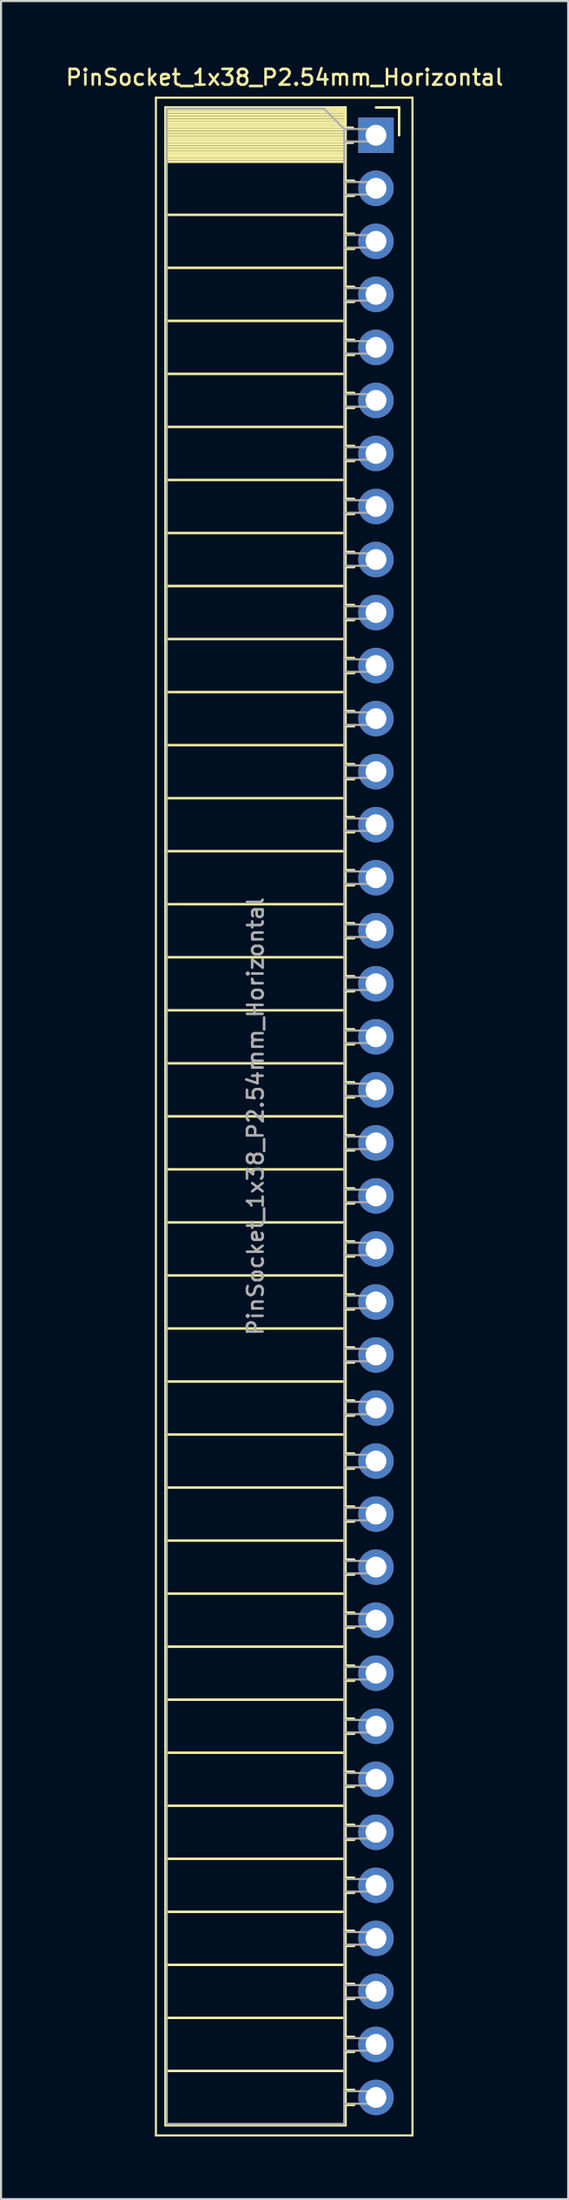
<source format=kicad_pcb>
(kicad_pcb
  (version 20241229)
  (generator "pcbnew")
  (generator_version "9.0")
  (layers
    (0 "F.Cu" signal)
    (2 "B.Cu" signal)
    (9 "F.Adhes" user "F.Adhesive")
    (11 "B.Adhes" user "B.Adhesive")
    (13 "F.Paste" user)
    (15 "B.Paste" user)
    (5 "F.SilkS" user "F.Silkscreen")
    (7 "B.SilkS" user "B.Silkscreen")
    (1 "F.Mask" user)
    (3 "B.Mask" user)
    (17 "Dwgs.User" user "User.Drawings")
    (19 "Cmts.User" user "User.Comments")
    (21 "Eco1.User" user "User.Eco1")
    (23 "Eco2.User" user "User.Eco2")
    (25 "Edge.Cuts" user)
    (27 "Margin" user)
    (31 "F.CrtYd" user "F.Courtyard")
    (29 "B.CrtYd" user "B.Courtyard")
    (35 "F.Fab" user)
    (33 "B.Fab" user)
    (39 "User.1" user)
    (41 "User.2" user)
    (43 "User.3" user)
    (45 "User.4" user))
  (footprint "PinSocket_1x38_P2.54mm_Horizontal"
    (layer "F.Cu")
    (at 14.975 3.428)
    (property "Reference" "PinSocket_1x38_P2.54mm_Horizontal" (at -4.38 -2.77 0) (layer "F.SilkS") (effects (font (size 0.75 0.75) (thickness 0.125))))
    (attr through_hole)
    (fp_line (start -10.55 -1.8) (end -10.55 95.8) (stroke (width 0.1) (type solid)) (layer "F.SilkS"))
    (fp_line (start -10.55 95.8) (end 1.75 95.8) (stroke (width 0.1) (type solid)) (layer "F.SilkS"))
    (fp_line (start -10.09 -1.33) (end -10.09 95.31) (stroke (width 0.12) (type solid)) (layer "F.SilkS"))
    (fp_line (start -10.09 -1.33) (end -1.46 -1.33) (stroke (width 0.12) (type solid)) (layer "F.SilkS"))
    (fp_line (start -10.09 -1.21) (end -1.46 -1.21) (stroke (width 0.12) (type solid)) (layer "F.SilkS"))
    (fp_line (start -10.09 -1.092) (end -1.46 -1.092) (stroke (width 0.12) (type solid)) (layer "F.SilkS"))
    (fp_line (start -10.09 -0.974) (end -1.46 -0.974) (stroke (width 0.12) (type solid)) (layer "F.SilkS"))
    (fp_line (start -10.09 -0.856) (end -1.46 -0.856) (stroke (width 0.12) (type solid)) (layer "F.SilkS"))
    (fp_line (start -10.09 -0.738) (end -1.46 -0.738) (stroke (width 0.12) (type solid)) (layer "F.SilkS"))
    (fp_line (start -10.09 -0.62) (end -1.46 -0.62) (stroke (width 0.12) (type solid)) (layer "F.SilkS"))
    (fp_line (start -10.09 -0.501) (end -1.46 -0.501) (stroke (width 0.12) (type solid)) (layer "F.SilkS"))
    (fp_line (start -10.09 -0.383) (end -1.46 -0.383) (stroke (width 0.12) (type solid)) (layer "F.SilkS"))
    (fp_line (start -10.09 -0.265) (end -1.46 -0.265) (stroke (width 0.12) (type solid)) (layer "F.SilkS"))
    (fp_line (start -10.09 -0.147) (end -1.46 -0.147) (stroke (width 0.12) (type solid)) (layer "F.SilkS"))
    (fp_line (start -10.09 -0.029) (end -1.46 -0.029) (stroke (width 0.12) (type solid)) (layer "F.SilkS"))
    (fp_line (start -10.09 0.089) (end -1.46 0.089) (stroke (width 0.12) (type solid)) (layer "F.SilkS"))
    (fp_line (start -10.09 0.207) (end -1.46 0.207) (stroke (width 0.12) (type solid)) (layer "F.SilkS"))
    (fp_line (start -10.09 0.325) (end -1.46 0.325) (stroke (width 0.12) (type solid)) (layer "F.SilkS"))
    (fp_line (start -10.09 0.443) (end -1.46 0.443) (stroke (width 0.12) (type solid)) (layer "F.SilkS"))
    (fp_line (start -10.09 0.561) (end -1.46 0.561) (stroke (width 0.12) (type solid)) (layer "F.SilkS"))
    (fp_line (start -10.09 0.68) (end -1.46 0.68) (stroke (width 0.12) (type solid)) (layer "F.SilkS"))
    (fp_line (start -10.09 0.798) (end -1.46 0.798) (stroke (width 0.12) (type solid)) (layer "F.SilkS"))
    (fp_line (start -10.09 0.916) (end -1.46 0.916) (stroke (width 0.12) (type solid)) (layer "F.SilkS"))
    (fp_line (start -10.09 1.034) (end -1.46 1.034) (stroke (width 0.12) (type solid)) (layer "F.SilkS"))
    (fp_line (start -10.09 1.152) (end -1.46 1.152) (stroke (width 0.12) (type solid)) (layer "F.SilkS"))
    (fp_line (start -10.09 1.27) (end -1.46 1.27) (stroke (width 0.12) (type solid)) (layer "F.SilkS"))
    (fp_line (start -10.09 3.81) (end -1.46 3.81) (stroke (width 0.12) (type solid)) (layer "F.SilkS"))
    (fp_line (start -10.09 6.35) (end -1.46 6.35) (stroke (width 0.12) (type solid)) (layer "F.SilkS"))
    (fp_line (start -10.09 8.89) (end -1.46 8.89) (stroke (width 0.12) (type solid)) (layer "F.SilkS"))
    (fp_line (start -10.09 11.43) (end -1.46 11.43) (stroke (width 0.12) (type solid)) (layer "F.SilkS"))
    (fp_line (start -10.09 13.97) (end -1.46 13.97) (stroke (width 0.12) (type solid)) (layer "F.SilkS"))
    (fp_line (start -10.09 16.51) (end -1.46 16.51) (stroke (width 0.12) (type solid)) (layer "F.SilkS"))
    (fp_line (start -10.09 19.05) (end -1.46 19.05) (stroke (width 0.12) (type solid)) (layer "F.SilkS"))
    (fp_line (start -10.09 21.59) (end -1.46 21.59) (stroke (width 0.12) (type solid)) (layer "F.SilkS"))
    (fp_line (start -10.09 24.13) (end -1.46 24.13) (stroke (width 0.12) (type solid)) (layer "F.SilkS"))
    (fp_line (start -10.09 26.67) (end -1.46 26.67) (stroke (width 0.12) (type solid)) (layer "F.SilkS"))
    (fp_line (start -10.09 29.21) (end -1.46 29.21) (stroke (width 0.12) (type solid)) (layer "F.SilkS"))
    (fp_line (start -10.09 31.75) (end -1.46 31.75) (stroke (width 0.12) (type solid)) (layer "F.SilkS"))
    (fp_line (start -10.09 34.29) (end -1.46 34.29) (stroke (width 0.12) (type solid)) (layer "F.SilkS"))
    (fp_line (start -10.09 36.83) (end -1.46 36.83) (stroke (width 0.12) (type solid)) (layer "F.SilkS"))
    (fp_line (start -10.09 39.37) (end -1.46 39.37) (stroke (width 0.12) (type solid)) (layer "F.SilkS"))
    (fp_line (start -10.09 41.91) (end -1.46 41.91) (stroke (width 0.12) (type solid)) (layer "F.SilkS"))
    (fp_line (start -10.09 44.45) (end -1.46 44.45) (stroke (width 0.12) (type solid)) (layer "F.SilkS"))
    (fp_line (start -10.09 46.99) (end -1.46 46.99) (stroke (width 0.12) (type solid)) (layer "F.SilkS"))
    (fp_line (start -10.09 49.53) (end -1.46 49.53) (stroke (width 0.12) (type solid)) (layer "F.SilkS"))
    (fp_line (start -10.09 52.07) (end -1.46 52.07) (stroke (width 0.12) (type solid)) (layer "F.SilkS"))
    (fp_line (start -10.09 54.61) (end -1.46 54.61) (stroke (width 0.12) (type solid)) (layer "F.SilkS"))
    (fp_line (start -10.09 57.15) (end -1.46 57.15) (stroke (width 0.12) (type solid)) (layer "F.SilkS"))
    (fp_line (start -10.09 59.69) (end -1.46 59.69) (stroke (width 0.12) (type solid)) (layer "F.SilkS"))
    (fp_line (start -10.09 62.23) (end -1.46 62.23) (stroke (width 0.12) (type solid)) (layer "F.SilkS"))
    (fp_line (start -10.09 64.77) (end -1.46 64.77) (stroke (width 0.12) (type solid)) (layer "F.SilkS"))
    (fp_line (start -10.09 67.31) (end -1.46 67.31) (stroke (width 0.12) (type solid)) (layer "F.SilkS"))
    (fp_line (start -10.09 69.85) (end -1.46 69.85) (stroke (width 0.12) (type solid)) (layer "F.SilkS"))
    (fp_line (start -10.09 72.39) (end -1.46 72.39) (stroke (width 0.12) (type solid)) (layer "F.SilkS"))
    (fp_line (start -10.09 74.93) (end -1.46 74.93) (stroke (width 0.12) (type solid)) (layer "F.SilkS"))
    (fp_line (start -10.09 77.47) (end -1.46 77.47) (stroke (width 0.12) (type solid)) (layer "F.SilkS"))
    (fp_line (start -10.09 80.01) (end -1.46 80.01) (stroke (width 0.12) (type solid)) (layer "F.SilkS"))
    (fp_line (start -10.09 82.55) (end -1.46 82.55) (stroke (width 0.12) (type solid)) (layer "F.SilkS"))
    (fp_line (start -10.09 85.09) (end -1.46 85.09) (stroke (width 0.12) (type solid)) (layer "F.SilkS"))
    (fp_line (start -10.09 87.63) (end -1.46 87.63) (stroke (width 0.12) (type solid)) (layer "F.SilkS"))
    (fp_line (start -10.09 90.17) (end -1.46 90.17) (stroke (width 0.12) (type solid)) (layer "F.SilkS"))
    (fp_line (start -10.09 92.71) (end -1.46 92.71) (stroke (width 0.12) (type solid)) (layer "F.SilkS"))
    (fp_line (start -10.09 95.31) (end -1.46 95.31) (stroke (width 0.12) (type solid)) (layer "F.SilkS"))
    (fp_line (start -1.46 -1.33) (end -1.46 95.31) (stroke (width 0.12) (type solid)) (layer "F.SilkS"))
    (fp_line (start -1.46 -0.36) (end -1.11 -0.36) (stroke (width 0.12) (type solid)) (layer "F.SilkS"))
    (fp_line (start -1.46 0.36) (end -1.11 0.36) (stroke (width 0.12) (type solid)) (layer "F.SilkS"))
    (fp_line (start -1.46 2.18) (end -1.05 2.18) (stroke (width 0.12) (type solid)) (layer "F.SilkS"))
    (fp_line (start -1.46 2.9) (end -1.05 2.9) (stroke (width 0.12) (type solid)) (layer "F.SilkS"))
    (fp_line (start -1.46 4.72) (end -1.05 4.72) (stroke (width 0.12) (type solid)) (layer "F.SilkS"))
    (fp_line (start -1.46 5.44) (end -1.05 5.44) (stroke (width 0.12) (type solid)) (layer "F.SilkS"))
    (fp_line (start -1.46 7.26) (end -1.05 7.26) (stroke (width 0.12) (type solid)) (layer "F.SilkS"))
    (fp_line (start -1.46 7.98) (end -1.05 7.98) (stroke (width 0.12) (type solid)) (layer "F.SilkS"))
    (fp_line (start -1.46 9.8) (end -1.05 9.8) (stroke (width 0.12) (type solid)) (layer "F.SilkS"))
    (fp_line (start -1.46 10.52) (end -1.05 10.52) (stroke (width 0.12) (type solid)) (layer "F.SilkS"))
    (fp_line (start -1.46 12.34) (end -1.05 12.34) (stroke (width 0.12) (type solid)) (layer "F.SilkS"))
    (fp_line (start -1.46 13.06) (end -1.05 13.06) (stroke (width 0.12) (type solid)) (layer "F.SilkS"))
    (fp_line (start -1.46 14.88) (end -1.05 14.88) (stroke (width 0.12) (type solid)) (layer "F.SilkS"))
    (fp_line (start -1.46 15.6) (end -1.05 15.6) (stroke (width 0.12) (type solid)) (layer "F.SilkS"))
    (fp_line (start -1.46 17.42) (end -1.05 17.42) (stroke (width 0.12) (type solid)) (layer "F.SilkS"))
    (fp_line (start -1.46 18.14) (end -1.05 18.14) (stroke (width 0.12) (type solid)) (layer "F.SilkS"))
    (fp_line (start -1.46 19.96) (end -1.05 19.96) (stroke (width 0.12) (type solid)) (layer "F.SilkS"))
    (fp_line (start -1.46 20.68) (end -1.05 20.68) (stroke (width 0.12) (type solid)) (layer "F.SilkS"))
    (fp_line (start -1.46 22.5) (end -1.05 22.5) (stroke (width 0.12) (type solid)) (layer "F.SilkS"))
    (fp_line (start -1.46 23.22) (end -1.05 23.22) (stroke (width 0.12) (type solid)) (layer "F.SilkS"))
    (fp_line (start -1.46 25.04) (end -1.05 25.04) (stroke (width 0.12) (type solid)) (layer "F.SilkS"))
    (fp_line (start -1.46 25.76) (end -1.05 25.76) (stroke (width 0.12) (type solid)) (layer "F.SilkS"))
    (fp_line (start -1.46 27.58) (end -1.05 27.58) (stroke (width 0.12) (type solid)) (layer "F.SilkS"))
    (fp_line (start -1.46 28.3) (end -1.05 28.3) (stroke (width 0.12) (type solid)) (layer "F.SilkS"))
    (fp_line (start -1.46 30.12) (end -1.05 30.12) (stroke (width 0.12) (type solid)) (layer "F.SilkS"))
    (fp_line (start -1.46 30.84) (end -1.05 30.84) (stroke (width 0.12) (type solid)) (layer "F.SilkS"))
    (fp_line (start -1.46 32.66) (end -1.05 32.66) (stroke (width 0.12) (type solid)) (layer "F.SilkS"))
    (fp_line (start -1.46 33.38) (end -1.05 33.38) (stroke (width 0.12) (type solid)) (layer "F.SilkS"))
    (fp_line (start -1.46 35.2) (end -1.05 35.2) (stroke (width 0.12) (type solid)) (layer "F.SilkS"))
    (fp_line (start -1.46 35.92) (end -1.05 35.92) (stroke (width 0.12) (type solid)) (layer "F.SilkS"))
    (fp_line (start -1.46 37.74) (end -1.05 37.74) (stroke (width 0.12) (type solid)) (layer "F.SilkS"))
    (fp_line (start -1.46 38.46) (end -1.05 38.46) (stroke (width 0.12) (type solid)) (layer "F.SilkS"))
    (fp_line (start -1.46 40.28) (end -1.05 40.28) (stroke (width 0.12) (type solid)) (layer "F.SilkS"))
    (fp_line (start -1.46 41) (end -1.05 41) (stroke (width 0.12) (type solid)) (layer "F.SilkS"))
    (fp_line (start -1.46 42.82) (end -1.05 42.82) (stroke (width 0.12) (type solid)) (layer "F.SilkS"))
    (fp_line (start -1.46 43.54) (end -1.05 43.54) (stroke (width 0.12) (type solid)) (layer "F.SilkS"))
    (fp_line (start -1.46 45.36) (end -1.05 45.36) (stroke (width 0.12) (type solid)) (layer "F.SilkS"))
    (fp_line (start -1.46 46.08) (end -1.05 46.08) (stroke (width 0.12) (type solid)) (layer "F.SilkS"))
    (fp_line (start -1.46 47.9) (end -1.05 47.9) (stroke (width 0.12) (type solid)) (layer "F.SilkS"))
    (fp_line (start -1.46 48.62) (end -1.05 48.62) (stroke (width 0.12) (type solid)) (layer "F.SilkS"))
    (fp_line (start -1.46 50.44) (end -1.05 50.44) (stroke (width 0.12) (type solid)) (layer "F.SilkS"))
    (fp_line (start -1.46 51.16) (end -1.05 51.16) (stroke (width 0.12) (type solid)) (layer "F.SilkS"))
    (fp_line (start -1.46 52.98) (end -1.05 52.98) (stroke (width 0.12) (type solid)) (layer "F.SilkS"))
    (fp_line (start -1.46 53.7) (end -1.05 53.7) (stroke (width 0.12) (type solid)) (layer "F.SilkS"))
    (fp_line (start -1.46 55.52) (end -1.05 55.52) (stroke (width 0.12) (type solid)) (layer "F.SilkS"))
    (fp_line (start -1.46 56.24) (end -1.05 56.24) (stroke (width 0.12) (type solid)) (layer "F.SilkS"))
    (fp_line (start -1.46 58.06) (end -1.05 58.06) (stroke (width 0.12) (type solid)) (layer "F.SilkS"))
    (fp_line (start -1.46 58.78) (end -1.05 58.78) (stroke (width 0.12) (type solid)) (layer "F.SilkS"))
    (fp_line (start -1.46 60.6) (end -1.05 60.6) (stroke (width 0.12) (type solid)) (layer "F.SilkS"))
    (fp_line (start -1.46 61.32) (end -1.05 61.32) (stroke (width 0.12) (type solid)) (layer "F.SilkS"))
    (fp_line (start -1.46 63.14) (end -1.05 63.14) (stroke (width 0.12) (type solid)) (layer "F.SilkS"))
    (fp_line (start -1.46 63.86) (end -1.05 63.86) (stroke (width 0.12) (type solid)) (layer "F.SilkS"))
    (fp_line (start -1.46 65.68) (end -1.05 65.68) (stroke (width 0.12) (type solid)) (layer "F.SilkS"))
    (fp_line (start -1.46 66.4) (end -1.05 66.4) (stroke (width 0.12) (type solid)) (layer "F.SilkS"))
    (fp_line (start -1.46 68.22) (end -1.05 68.22) (stroke (width 0.12) (type solid)) (layer "F.SilkS"))
    (fp_line (start -1.46 68.94) (end -1.05 68.94) (stroke (width 0.12) (type solid)) (layer "F.SilkS"))
    (fp_line (start -1.46 70.76) (end -1.05 70.76) (stroke (width 0.12) (type solid)) (layer "F.SilkS"))
    (fp_line (start -1.46 71.48) (end -1.05 71.48) (stroke (width 0.12) (type solid)) (layer "F.SilkS"))
    (fp_line (start -1.46 73.3) (end -1.05 73.3) (stroke (width 0.12) (type solid)) (layer "F.SilkS"))
    (fp_line (start -1.46 74.02) (end -1.05 74.02) (stroke (width 0.12) (type solid)) (layer "F.SilkS"))
    (fp_line (start -1.46 75.84) (end -1.05 75.84) (stroke (width 0.12) (type solid)) (layer "F.SilkS"))
    (fp_line (start -1.46 76.56) (end -1.05 76.56) (stroke (width 0.12) (type solid)) (layer "F.SilkS"))
    (fp_line (start -1.46 78.38) (end -1.05 78.38) (stroke (width 0.12) (type solid)) (layer "F.SilkS"))
    (fp_line (start -1.46 79.1) (end -1.05 79.1) (stroke (width 0.12) (type solid)) (layer "F.SilkS"))
    (fp_line (start -1.46 80.92) (end -1.05 80.92) (stroke (width 0.12) (type solid)) (layer "F.SilkS"))
    (fp_line (start -1.46 81.64) (end -1.05 81.64) (stroke (width 0.12) (type solid)) (layer "F.SilkS"))
    (fp_line (start -1.46 83.46) (end -1.05 83.46) (stroke (width 0.12) (type solid)) (layer "F.SilkS"))
    (fp_line (start -1.46 84.18) (end -1.05 84.18) (stroke (width 0.12) (type solid)) (layer "F.SilkS"))
    (fp_line (start -1.46 86) (end -1.05 86) (stroke (width 0.12) (type solid)) (layer "F.SilkS"))
    (fp_line (start -1.46 86.72) (end -1.05 86.72) (stroke (width 0.12) (type solid)) (layer "F.SilkS"))
    (fp_line (start -1.46 88.54) (end -1.05 88.54) (stroke (width 0.12) (type solid)) (layer "F.SilkS"))
    (fp_line (start -1.46 89.26) (end -1.05 89.26) (stroke (width 0.12) (type solid)) (layer "F.SilkS"))
    (fp_line (start -1.46 91.08) (end -1.05 91.08) (stroke (width 0.12) (type solid)) (layer "F.SilkS"))
    (fp_line (start -1.46 91.8) (end -1.05 91.8) (stroke (width 0.12) (type solid)) (layer "F.SilkS"))
    (fp_line (start -1.46 93.62) (end -1.05 93.62) (stroke (width 0.12) (type solid)) (layer "F.SilkS"))
    (fp_line (start -1.46 94.34) (end -1.05 94.34) (stroke (width 0.12) (type solid)) (layer "F.SilkS"))
    (fp_line (start 0 -1.33) (end 1.11 -1.33) (stroke (width 0.12) (type solid)) (layer "F.SilkS"))
    (fp_line (start 1.11 -1.33) (end 1.11 0) (stroke (width 0.12) (type solid)) (layer "F.SilkS"))
    (fp_line (start 1.75 -1.8) (end -10.55 -1.8) (stroke (width 0.1) (type solid)) (layer "F.SilkS"))
    (fp_line (start 1.75 95.8) (end 1.75 -1.8) (stroke (width 0.1) (type solid)) (layer "F.SilkS"))
    (fp_line (start -10.03 -1.27) (end -2.49 -1.27) (stroke (width 0.1) (type solid)) (layer "F.Fab"))
    (fp_line (start -10.03 95.25) (end -10.03 -1.27) (stroke (width 0.1) (type solid)) (layer "F.Fab"))
    (fp_line (start -2.49 -1.27) (end -1.52 -0.3) (stroke (width 0.1) (type solid)) (layer "F.Fab"))
    (fp_line (start -1.52 -0.3) (end -1.52 95.25) (stroke (width 0.1) (type solid)) (layer "F.Fab"))
    (fp_line (start -1.52 0.3) (end 0 0.3) (stroke (width 0.1) (type solid)) (layer "F.Fab"))
    (fp_line (start -1.52 2.84) (end 0 2.84) (stroke (width 0.1) (type solid)) (layer "F.Fab"))
    (fp_line (start -1.52 5.38) (end 0 5.38) (stroke (width 0.1) (type solid)) (layer "F.Fab"))
    (fp_line (start -1.52 7.92) (end 0 7.92) (stroke (width 0.1) (type solid)) (layer "F.Fab"))
    (fp_line (start -1.52 10.46) (end 0 10.46) (stroke (width 0.1) (type solid)) (layer "F.Fab"))
    (fp_line (start -1.52 13) (end 0 13) (stroke (width 0.1) (type solid)) (layer "F.Fab"))
    (fp_line (start -1.52 15.54) (end 0 15.54) (stroke (width 0.1) (type solid)) (layer "F.Fab"))
    (fp_line (start -1.52 18.08) (end 0 18.08) (stroke (width 0.1) (type solid)) (layer "F.Fab"))
    (fp_line (start -1.52 20.62) (end 0 20.62) (stroke (width 0.1) (type solid)) (layer "F.Fab"))
    (fp_line (start -1.52 23.16) (end 0 23.16) (stroke (width 0.1) (type solid)) (layer "F.Fab"))
    (fp_line (start -1.52 25.7) (end 0 25.7) (stroke (width 0.1) (type solid)) (layer "F.Fab"))
    (fp_line (start -1.52 28.24) (end 0 28.24) (stroke (width 0.1) (type solid)) (layer "F.Fab"))
    (fp_line (start -1.52 30.78) (end 0 30.78) (stroke (width 0.1) (type solid)) (layer "F.Fab"))
    (fp_line (start -1.52 33.32) (end 0 33.32) (stroke (width 0.1) (type solid)) (layer "F.Fab"))
    (fp_line (start -1.52 35.86) (end 0 35.86) (stroke (width 0.1) (type solid)) (layer "F.Fab"))
    (fp_line (start -1.52 38.4) (end 0 38.4) (stroke (width 0.1) (type solid)) (layer "F.Fab"))
    (fp_line (start -1.52 40.94) (end 0 40.94) (stroke (width 0.1) (type solid)) (layer "F.Fab"))
    (fp_line (start -1.52 43.48) (end 0 43.48) (stroke (width 0.1) (type solid)) (layer "F.Fab"))
    (fp_line (start -1.52 46.02) (end 0 46.02) (stroke (width 0.1) (type solid)) (layer "F.Fab"))
    (fp_line (start -1.52 48.56) (end 0 48.56) (stroke (width 0.1) (type solid)) (layer "F.Fab"))
    (fp_line (start -1.52 51.1) (end 0 51.1) (stroke (width 0.1) (type solid)) (layer "F.Fab"))
    (fp_line (start -1.52 53.64) (end 0 53.64) (stroke (width 0.1) (type solid)) (layer "F.Fab"))
    (fp_line (start -1.52 56.18) (end 0 56.18) (stroke (width 0.1) (type solid)) (layer "F.Fab"))
    (fp_line (start -1.52 58.72) (end 0 58.72) (stroke (width 0.1) (type solid)) (layer "F.Fab"))
    (fp_line (start -1.52 61.26) (end 0 61.26) (stroke (width 0.1) (type solid)) (layer "F.Fab"))
    (fp_line (start -1.52 63.8) (end 0 63.8) (stroke (width 0.1) (type solid)) (layer "F.Fab"))
    (fp_line (start -1.52 66.34) (end 0 66.34) (stroke (width 0.1) (type solid)) (layer "F.Fab"))
    (fp_line (start -1.52 68.88) (end 0 68.88) (stroke (width 0.1) (type solid)) (layer "F.Fab"))
    (fp_line (start -1.52 71.42) (end 0 71.42) (stroke (width 0.1) (type solid)) (layer "F.Fab"))
    (fp_line (start -1.52 73.96) (end 0 73.96) (stroke (width 0.1) (type solid)) (layer "F.Fab"))
    (fp_line (start -1.52 76.5) (end 0 76.5) (stroke (width 0.1) (type solid)) (layer "F.Fab"))
    (fp_line (start -1.52 79.04) (end 0 79.04) (stroke (width 0.1) (type solid)) (layer "F.Fab"))
    (fp_line (start -1.52 81.58) (end 0 81.58) (stroke (width 0.1) (type solid)) (layer "F.Fab"))
    (fp_line (start -1.52 84.12) (end 0 84.12) (stroke (width 0.1) (type solid)) (layer "F.Fab"))
    (fp_line (start -1.52 86.66) (end 0 86.66) (stroke (width 0.1) (type solid)) (layer "F.Fab"))
    (fp_line (start -1.52 89.2) (end 0 89.2) (stroke (width 0.1) (type solid)) (layer "F.Fab"))
    (fp_line (start -1.52 91.74) (end 0 91.74) (stroke (width 0.1) (type solid)) (layer "F.Fab"))
    (fp_line (start -1.52 94.28) (end 0 94.28) (stroke (width 0.1) (type solid)) (layer "F.Fab"))
    (fp_line (start -1.52 95.25) (end -10.03 95.25) (stroke (width 0.1) (type solid)) (layer "F.Fab"))
    (fp_line (start 0 -0.3) (end -1.52 -0.3) (stroke (width 0.1) (type solid)) (layer "F.Fab"))
    (fp_line (start 0 0.3) (end 0 -0.3) (stroke (width 0.1) (type solid)) (layer "F.Fab"))
    (fp_line (start 0 2.24) (end -1.52 2.24) (stroke (width 0.1) (type solid)) (layer "F.Fab"))
    (fp_line (start 0 2.84) (end 0 2.24) (stroke (width 0.1) (type solid)) (layer "F.Fab"))
    (fp_line (start 0 4.78) (end -1.52 4.78) (stroke (width 0.1) (type solid)) (layer "F.Fab"))
    (fp_line (start 0 5.38) (end 0 4.78) (stroke (width 0.1) (type solid)) (layer "F.Fab"))
    (fp_line (start 0 7.32) (end -1.52 7.32) (stroke (width 0.1) (type solid)) (layer "F.Fab"))
    (fp_line (start 0 7.92) (end 0 7.32) (stroke (width 0.1) (type solid)) (layer "F.Fab"))
    (fp_line (start 0 9.86) (end -1.52 9.86) (stroke (width 0.1) (type solid)) (layer "F.Fab"))
    (fp_line (start 0 10.46) (end 0 9.86) (stroke (width 0.1) (type solid)) (layer "F.Fab"))
    (fp_line (start 0 12.4) (end -1.52 12.4) (stroke (width 0.1) (type solid)) (layer "F.Fab"))
    (fp_line (start 0 13) (end 0 12.4) (stroke (width 0.1) (type solid)) (layer "F.Fab"))
    (fp_line (start 0 14.94) (end -1.52 14.94) (stroke (width 0.1) (type solid)) (layer "F.Fab"))
    (fp_line (start 0 15.54) (end 0 14.94) (stroke (width 0.1) (type solid)) (layer "F.Fab"))
    (fp_line (start 0 17.48) (end -1.52 17.48) (stroke (width 0.1) (type solid)) (layer "F.Fab"))
    (fp_line (start 0 18.08) (end 0 17.48) (stroke (width 0.1) (type solid)) (layer "F.Fab"))
    (fp_line (start 0 20.02) (end -1.52 20.02) (stroke (width 0.1) (type solid)) (layer "F.Fab"))
    (fp_line (start 0 20.62) (end 0 20.02) (stroke (width 0.1) (type solid)) (layer "F.Fab"))
    (fp_line (start 0 22.56) (end -1.52 22.56) (stroke (width 0.1) (type solid)) (layer "F.Fab"))
    (fp_line (start 0 23.16) (end 0 22.56) (stroke (width 0.1) (type solid)) (layer "F.Fab"))
    (fp_line (start 0 25.1) (end -1.52 25.1) (stroke (width 0.1) (type solid)) (layer "F.Fab"))
    (fp_line (start 0 25.7) (end 0 25.1) (stroke (width 0.1) (type solid)) (layer "F.Fab"))
    (fp_line (start 0 27.64) (end -1.52 27.64) (stroke (width 0.1) (type solid)) (layer "F.Fab"))
    (fp_line (start 0 28.24) (end 0 27.64) (stroke (width 0.1) (type solid)) (layer "F.Fab"))
    (fp_line (start 0 30.18) (end -1.52 30.18) (stroke (width 0.1) (type solid)) (layer "F.Fab"))
    (fp_line (start 0 30.78) (end 0 30.18) (stroke (width 0.1) (type solid)) (layer "F.Fab"))
    (fp_line (start 0 32.72) (end -1.52 32.72) (stroke (width 0.1) (type solid)) (layer "F.Fab"))
    (fp_line (start 0 33.32) (end 0 32.72) (stroke (width 0.1) (type solid)) (layer "F.Fab"))
    (fp_line (start 0 35.26) (end -1.52 35.26) (stroke (width 0.1) (type solid)) (layer "F.Fab"))
    (fp_line (start 0 35.86) (end 0 35.26) (stroke (width 0.1) (type solid)) (layer "F.Fab"))
    (fp_line (start 0 37.8) (end -1.52 37.8) (stroke (width 0.1) (type solid)) (layer "F.Fab"))
    (fp_line (start 0 38.4) (end 0 37.8) (stroke (width 0.1) (type solid)) (layer "F.Fab"))
    (fp_line (start 0 40.34) (end -1.52 40.34) (stroke (width 0.1) (type solid)) (layer "F.Fab"))
    (fp_line (start 0 40.94) (end 0 40.34) (stroke (width 0.1) (type solid)) (layer "F.Fab"))
    (fp_line (start 0 42.88) (end -1.52 42.88) (stroke (width 0.1) (type solid)) (layer "F.Fab"))
    (fp_line (start 0 43.48) (end 0 42.88) (stroke (width 0.1) (type solid)) (layer "F.Fab"))
    (fp_line (start 0 45.42) (end -1.52 45.42) (stroke (width 0.1) (type solid)) (layer "F.Fab"))
    (fp_line (start 0 46.02) (end 0 45.42) (stroke (width 0.1) (type solid)) (layer "F.Fab"))
    (fp_line (start 0 47.96) (end -1.52 47.96) (stroke (width 0.1) (type solid)) (layer "F.Fab"))
    (fp_line (start 0 48.56) (end 0 47.96) (stroke (width 0.1) (type solid)) (layer "F.Fab"))
    (fp_line (start 0 50.5) (end -1.52 50.5) (stroke (width 0.1) (type solid)) (layer "F.Fab"))
    (fp_line (start 0 51.1) (end 0 50.5) (stroke (width 0.1) (type solid)) (layer "F.Fab"))
    (fp_line (start 0 53.04) (end -1.52 53.04) (stroke (width 0.1) (type solid)) (layer "F.Fab"))
    (fp_line (start 0 53.64) (end 0 53.04) (stroke (width 0.1) (type solid)) (layer "F.Fab"))
    (fp_line (start 0 55.58) (end -1.52 55.58) (stroke (width 0.1) (type solid)) (layer "F.Fab"))
    (fp_line (start 0 56.18) (end 0 55.58) (stroke (width 0.1) (type solid)) (layer "F.Fab"))
    (fp_line (start 0 58.12) (end -1.52 58.12) (stroke (width 0.1) (type solid)) (layer "F.Fab"))
    (fp_line (start 0 58.72) (end 0 58.12) (stroke (width 0.1) (type solid)) (layer "F.Fab"))
    (fp_line (start 0 60.66) (end -1.52 60.66) (stroke (width 0.1) (type solid)) (layer "F.Fab"))
    (fp_line (start 0 61.26) (end 0 60.66) (stroke (width 0.1) (type solid)) (layer "F.Fab"))
    (fp_line (start 0 63.2) (end -1.52 63.2) (stroke (width 0.1) (type solid)) (layer "F.Fab"))
    (fp_line (start 0 63.8) (end 0 63.2) (stroke (width 0.1) (type solid)) (layer "F.Fab"))
    (fp_line (start 0 65.74) (end -1.52 65.74) (stroke (width 0.1) (type solid)) (layer "F.Fab"))
    (fp_line (start 0 66.34) (end 0 65.74) (stroke (width 0.1) (type solid)) (layer "F.Fab"))
    (fp_line (start 0 68.28) (end -1.52 68.28) (stroke (width 0.1) (type solid)) (layer "F.Fab"))
    (fp_line (start 0 68.88) (end 0 68.28) (stroke (width 0.1) (type solid)) (layer "F.Fab"))
    (fp_line (start 0 70.82) (end -1.52 70.82) (stroke (width 0.1) (type solid)) (layer "F.Fab"))
    (fp_line (start 0 71.42) (end 0 70.82) (stroke (width 0.1) (type solid)) (layer "F.Fab"))
    (fp_line (start 0 73.36) (end -1.52 73.36) (stroke (width 0.1) (type solid)) (layer "F.Fab"))
    (fp_line (start 0 73.96) (end 0 73.36) (stroke (width 0.1) (type solid)) (layer "F.Fab"))
    (fp_line (start 0 75.9) (end -1.52 75.9) (stroke (width 0.1) (type solid)) (layer "F.Fab"))
    (fp_line (start 0 76.5) (end 0 75.9) (stroke (width 0.1) (type solid)) (layer "F.Fab"))
    (fp_line (start 0 78.44) (end -1.52 78.44) (stroke (width 0.1) (type solid)) (layer "F.Fab"))
    (fp_line (start 0 79.04) (end 0 78.44) (stroke (width 0.1) (type solid)) (layer "F.Fab"))
    (fp_line (start 0 80.98) (end -1.52 80.98) (stroke (width 0.1) (type solid)) (layer "F.Fab"))
    (fp_line (start 0 81.58) (end 0 80.98) (stroke (width 0.1) (type solid)) (layer "F.Fab"))
    (fp_line (start 0 83.52) (end -1.52 83.52) (stroke (width 0.1) (type solid)) (layer "F.Fab"))
    (fp_line (start 0 84.12) (end 0 83.52) (stroke (width 0.1) (type solid)) (layer "F.Fab"))
    (fp_line (start 0 86.06) (end -1.52 86.06) (stroke (width 0.1) (type solid)) (layer "F.Fab"))
    (fp_line (start 0 86.66) (end 0 86.06) (stroke (width 0.1) (type solid)) (layer "F.Fab"))
    (fp_line (start 0 88.6) (end -1.52 88.6) (stroke (width 0.1) (type solid)) (layer "F.Fab"))
    (fp_line (start 0 89.2) (end 0 88.6) (stroke (width 0.1) (type solid)) (layer "F.Fab"))
    (fp_line (start 0 91.14) (end -1.52 91.14) (stroke (width 0.1) (type solid)) (layer "F.Fab"))
    (fp_line (start 0 91.74) (end 0 91.14) (stroke (width 0.1) (type solid)) (layer "F.Fab"))
    (fp_line (start 0 93.68) (end -1.52 93.68) (stroke (width 0.1) (type solid)) (layer "F.Fab"))
    (fp_line (start 0 94.28) (end 0 93.68) (stroke (width 0.1) (type solid)) (layer "F.Fab"))
    (fp_text user "${REFERENCE}" (at -5.775 46.99 90) (layer "F.Fab") (effects (font (size 0.75 0.75) (thickness 0.125))))
    (pad "1" thru_hole rect (at 0 0) (size 1.7 1.7) (drill 1) (layers "*.Cu" "*.Mask"))
    (pad "2" thru_hole oval (at 0 2.54) (size 1.7 1.7) (drill 1) (layers "*.Cu" "*.Mask"))
    (pad "3" thru_hole oval (at 0 5.08) (size 1.7 1.7) (drill 1) (layers "*.Cu" "*.Mask"))
    (pad "4" thru_hole oval (at 0 7.62) (size 1.7 1.7) (drill 1) (layers "*.Cu" "*.Mask"))
    (pad "5" thru_hole oval (at 0 10.16) (size 1.7 1.7) (drill 1) (layers "*.Cu" "*.Mask"))
    (pad "6" thru_hole oval (at 0 12.7) (size 1.7 1.7) (drill 1) (layers "*.Cu" "*.Mask"))
    (pad "7" thru_hole oval (at 0 15.24) (size 1.7 1.7) (drill 1) (layers "*.Cu" "*.Mask"))
    (pad "8" thru_hole oval (at 0 17.78) (size 1.7 1.7) (drill 1) (layers "*.Cu" "*.Mask"))
    (pad "9" thru_hole oval (at 0 20.32) (size 1.7 1.7) (drill 1) (layers "*.Cu" "*.Mask"))
    (pad "10" thru_hole oval (at 0 22.86) (size 1.7 1.7) (drill 1) (layers "*.Cu" "*.Mask"))
    (pad "11" thru_hole oval (at 0 25.4) (size 1.7 1.7) (drill 1) (layers "*.Cu" "*.Mask"))
    (pad "12" thru_hole oval (at 0 27.94) (size 1.7 1.7) (drill 1) (layers "*.Cu" "*.Mask"))
    (pad "13" thru_hole oval (at 0 30.48) (size 1.7 1.7) (drill 1) (layers "*.Cu" "*.Mask"))
    (pad "14" thru_hole oval (at 0 33.02) (size 1.7 1.7) (drill 1) (layers "*.Cu" "*.Mask"))
    (pad "15" thru_hole oval (at 0 35.56) (size 1.7 1.7) (drill 1) (layers "*.Cu" "*.Mask"))
    (pad "16" thru_hole oval (at 0 38.1) (size 1.7 1.7) (drill 1) (layers "*.Cu" "*.Mask"))
    (pad "17" thru_hole oval (at 0 40.64) (size 1.7 1.7) (drill 1) (layers "*.Cu" "*.Mask"))
    (pad "18" thru_hole oval (at 0 43.18) (size 1.7 1.7) (drill 1) (layers "*.Cu" "*.Mask"))
    (pad "19" thru_hole oval (at 0 45.72) (size 1.7 1.7) (drill 1) (layers "*.Cu" "*.Mask"))
    (pad "20" thru_hole oval (at 0 48.26) (size 1.7 1.7) (drill 1) (layers "*.Cu" "*.Mask"))
    (pad "21" thru_hole oval (at 0 50.8) (size 1.7 1.7) (drill 1) (layers "*.Cu" "*.Mask"))
    (pad "22" thru_hole oval (at 0 53.34) (size 1.7 1.7) (drill 1) (layers "*.Cu" "*.Mask"))
    (pad "23" thru_hole oval (at 0 55.88) (size 1.7 1.7) (drill 1) (layers "*.Cu" "*.Mask"))
    (pad "24" thru_hole oval (at 0 58.42) (size 1.7 1.7) (drill 1) (layers "*.Cu" "*.Mask"))
    (pad "25" thru_hole oval (at 0 60.96) (size 1.7 1.7) (drill 1) (layers "*.Cu" "*.Mask"))
    (pad "26" thru_hole oval (at 0 63.5) (size 1.7 1.7) (drill 1) (layers "*.Cu" "*.Mask"))
    (pad "27" thru_hole oval (at 0 66.04) (size 1.7 1.7) (drill 1) (layers "*.Cu" "*.Mask"))
    (pad "28" thru_hole oval (at 0 68.58) (size 1.7 1.7) (drill 1) (layers "*.Cu" "*.Mask"))
    (pad "29" thru_hole oval (at 0 71.12) (size 1.7 1.7) (drill 1) (layers "*.Cu" "*.Mask"))
    (pad "30" thru_hole oval (at 0 73.66) (size 1.7 1.7) (drill 1) (layers "*.Cu" "*.Mask"))
    (pad "31" thru_hole oval (at 0 76.2) (size 1.7 1.7) (drill 1) (layers "*.Cu" "*.Mask"))
    (pad "32" thru_hole oval (at 0 78.74) (size 1.7 1.7) (drill 1) (layers "*.Cu" "*.Mask"))
    (pad "33" thru_hole oval (at 0 81.28) (size 1.7 1.7) (drill 1) (layers "*.Cu" "*.Mask"))
    (pad "34" thru_hole oval (at 0 83.82) (size 1.7 1.7) (drill 1) (layers "*.Cu" "*.Mask"))
    (pad "35" thru_hole oval (at 0 86.36) (size 1.7 1.7) (drill 1) (layers "*.Cu" "*.Mask"))
    (pad "36" thru_hole oval (at 0 88.9) (size 1.7 1.7) (drill 1) (layers "*.Cu" "*.Mask"))
    (pad "37" thru_hole oval (at 0 91.44) (size 1.7 1.7) (drill 1) (layers "*.Cu" "*.Mask"))
    (pad "38" thru_hole oval (at 0 93.98) (size 1.7 1.7) (drill 1) (layers "*.Cu" "*.Mask")))
  (gr_rect
    (start -3 -3)
    (end 24.189 102.278)
    (stroke (width 0.1) (type default))
    (fill no)
    (layer "Edge.Cuts")))
</source>
